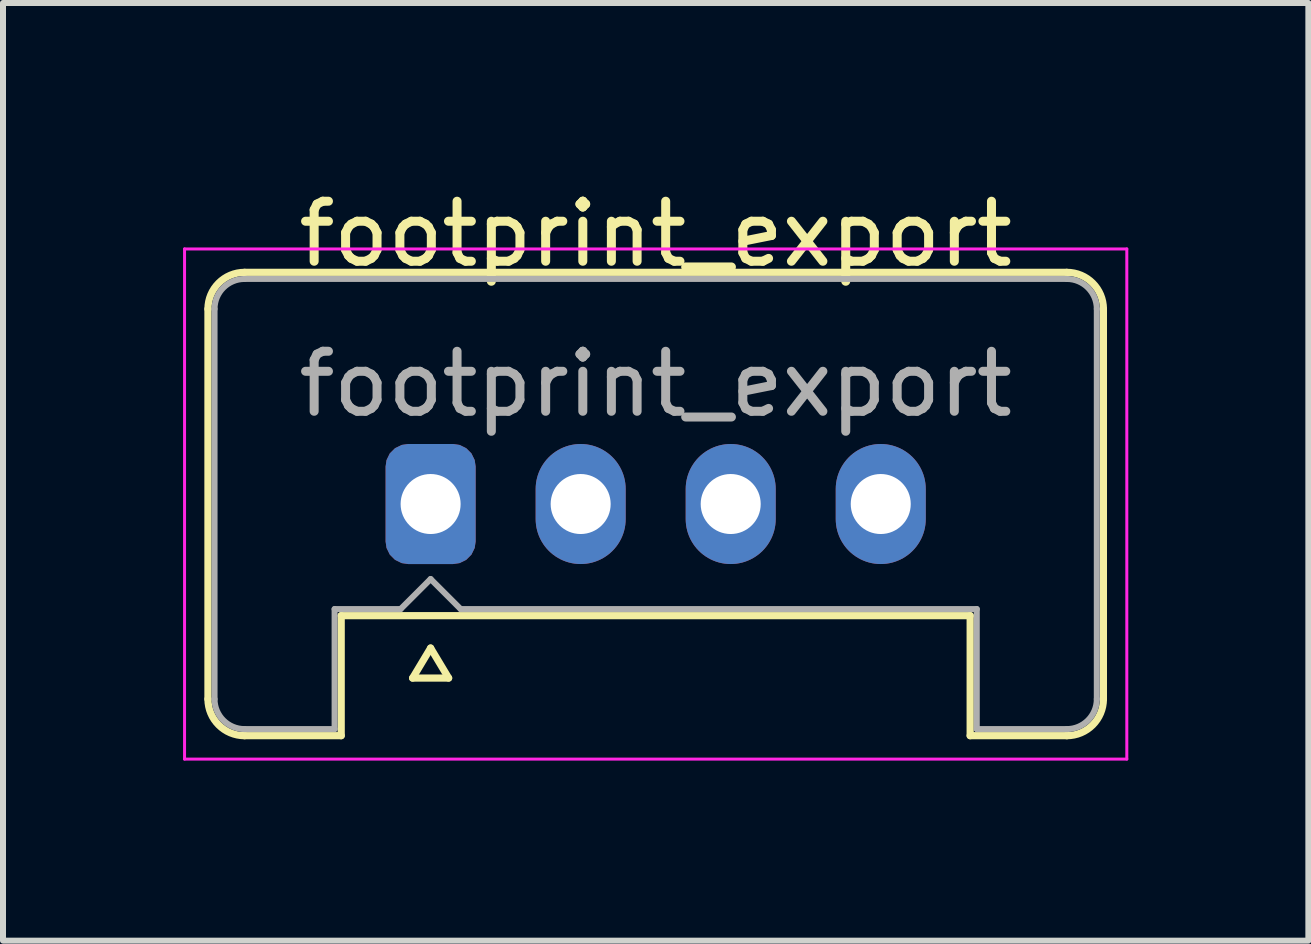
<source format=kicad_pcb>
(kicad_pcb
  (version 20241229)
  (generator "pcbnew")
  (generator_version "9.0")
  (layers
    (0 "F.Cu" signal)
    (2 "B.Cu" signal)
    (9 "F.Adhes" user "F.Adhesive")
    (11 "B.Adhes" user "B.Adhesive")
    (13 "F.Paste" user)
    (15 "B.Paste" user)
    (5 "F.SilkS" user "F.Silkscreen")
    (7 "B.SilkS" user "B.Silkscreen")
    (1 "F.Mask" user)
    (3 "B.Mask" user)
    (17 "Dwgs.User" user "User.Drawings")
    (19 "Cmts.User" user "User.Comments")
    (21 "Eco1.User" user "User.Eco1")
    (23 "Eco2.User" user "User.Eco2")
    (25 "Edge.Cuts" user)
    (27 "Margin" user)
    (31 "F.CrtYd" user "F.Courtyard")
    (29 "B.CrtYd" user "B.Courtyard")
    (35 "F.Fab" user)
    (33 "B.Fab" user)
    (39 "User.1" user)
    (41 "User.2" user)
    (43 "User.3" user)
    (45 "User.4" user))
  (footprint "footprint_export"
    (layer "F.Cu")
    (at 4.125 5.348)
    (property "Reference" "footprint_export" (at 3.75 -4.5 0) (layer "F.SilkS") (effects (font (size 1 1) (thickness 0.15))))
    (attr through_hole)
    (fp_line (start -3.71 -3.25) (end -3.71 3.25) (stroke (width 0.12) (type solid)) (layer "F.SilkS"))
    (fp_line (start -3.1 -3.86) (end 10.6 -3.86) (stroke (width 0.12) (type solid)) (layer "F.SilkS"))
    (fp_line (start -3.1 3.86) (end -1.49 3.86) (stroke (width 0.12) (type solid)) (layer "F.SilkS"))
    (fp_line (start -1.49 1.86) (end 8.99 1.86) (stroke (width 0.12) (type solid)) (layer "F.SilkS"))
    (fp_line (start -1.49 3.86) (end -1.49 1.86) (stroke (width 0.12) (type solid)) (layer "F.SilkS"))
    (fp_line (start -0.3 2.9) (end 0.3 2.9) (stroke (width 0.12) (type solid)) (layer "F.SilkS"))
    (fp_line (start 0 2.4) (end -0.3 2.9) (stroke (width 0.12) (type solid)) (layer "F.SilkS"))
    (fp_line (start 0.3 2.9) (end 0 2.4) (stroke (width 0.12) (type solid)) (layer "F.SilkS"))
    (fp_line (start 8.99 3.86) (end 8.99 1.86) (stroke (width 0.12) (type solid)) (layer "F.SilkS"))
    (fp_line (start 10.6 3.86) (end 8.99 3.86) (stroke (width 0.12) (type solid)) (layer "F.SilkS"))
    (fp_line (start 11.21 -3.25) (end 11.21 3.25) (stroke (width 0.12) (type solid)) (layer "F.SilkS"))
    (fp_arc (start -3.71 -3.25) (mid -3.531335 -3.681335) (end -3.1 -3.86) (stroke (width 0.12) (type solid)) (layer "F.SilkS"))
    (fp_arc (start -3.1 3.86) (mid -3.531335 3.681335) (end -3.71 3.25) (stroke (width 0.12) (type solid)) (layer "F.SilkS"))
    (fp_arc (start 10.6 -3.86) (mid 11.031335 -3.681335) (end 11.21 -3.25) (stroke (width 0.12) (type solid)) (layer "F.SilkS"))
    (fp_arc (start 11.21 3.25) (mid 11.031335 3.681335) (end 10.6 3.86) (stroke (width 0.12) (type solid)) (layer "F.SilkS"))
    (fp_line (start -4.1 -4.25) (end -4.1 4.25) (stroke (width 0.05) (type solid)) (layer "F.CrtYd"))
    (fp_line (start -4.1 4.25) (end 11.6 4.25) (stroke (width 0.05) (type solid)) (layer "F.CrtYd"))
    (fp_line (start 11.6 -4.25) (end -4.1 -4.25) (stroke (width 0.05) (type solid)) (layer "F.CrtYd"))
    (fp_line (start 11.6 4.25) (end 11.6 -4.25) (stroke (width 0.05) (type solid)) (layer "F.CrtYd"))
    (fp_line (start -3.6 -3.25) (end -3.6 3.25) (stroke (width 0.1) (type solid)) (layer "F.Fab"))
    (fp_line (start -3.1 -3.75) (end 10.6 -3.75) (stroke (width 0.1) (type solid)) (layer "F.Fab"))
    (fp_line (start -3.1 3.75) (end -1.6 3.75) (stroke (width 0.1) (type solid)) (layer "F.Fab"))
    (fp_line (start -1.6 1.75) (end -0.5 1.75) (stroke (width 0.1) (type solid)) (layer "F.Fab"))
    (fp_line (start -1.6 3.75) (end -1.6 1.75) (stroke (width 0.1) (type solid)) (layer "F.Fab"))
    (fp_line (start -0.5 1.75) (end 0 1.25) (stroke (width 0.1) (type solid)) (layer "F.Fab"))
    (fp_line (start 0 1.25) (end 0.5 1.75) (stroke (width 0.1) (type solid)) (layer "F.Fab"))
    (fp_line (start 0.5 1.75) (end 9.1 1.75) (stroke (width 0.1) (type solid)) (layer "F.Fab"))
    (fp_line (start 9.1 3.75) (end 9.1 1.75) (stroke (width 0.1) (type solid)) (layer "F.Fab"))
    (fp_line (start 10.6 3.75) (end 9.1 3.75) (stroke (width 0.1) (type solid)) (layer "F.Fab"))
    (fp_line (start 11.1 -3.25) (end 11.1 3.25) (stroke (width 0.1) (type solid)) (layer "F.Fab"))
    (fp_arc (start -3.6 -3.25) (mid -3.453553 -3.603553) (end -3.1 -3.75) (stroke (width 0.1) (type solid)) (layer "F.Fab"))
    (fp_arc (start -3.1 3.75) (mid -3.453553 3.603553) (end -3.6 3.25) (stroke (width 0.1) (type solid)) (layer "F.Fab"))
    (fp_arc (start 10.6 -3.75) (mid 10.953553 -3.603553) (end 11.1 -3.25) (stroke (width 0.1) (type solid)) (layer "F.Fab"))
    (fp_arc (start 11.1 3.25) (mid 10.953553 3.603553) (end 10.6 3.75) (stroke (width 0.1) (type solid)) (layer "F.Fab"))
    (fp_text user "${REFERENCE}" (at 3.75 -2 0) (layer "F.Fab") (effects (font (size 1 1) (thickness 0.15))))
    (pad "1" thru_hole roundrect (at 0 0) (size 1.5 2) (drill 1) (layers "*.Cu" "*.Mask") (roundrect_rratio 0.25))
    (pad "2" thru_hole oval (at 2.5 0) (size 1.5 2) (drill 1) (layers "*.Cu" "*.Mask"))
    (pad "3" thru_hole oval (at 5 0) (size 1.5 2) (drill 1) (layers "*.Cu" "*.Mask"))
    (pad "4" thru_hole oval (at 7.5 0) (size 1.5 2) (drill 1) (layers "*.Cu" "*.Mask")))
  (gr_rect
    (start -3 -3)
    (end 18.75 12.623)
    (stroke (width 0.1) (type default))
    (fill no)
    (layer "Edge.Cuts")))
</source>
